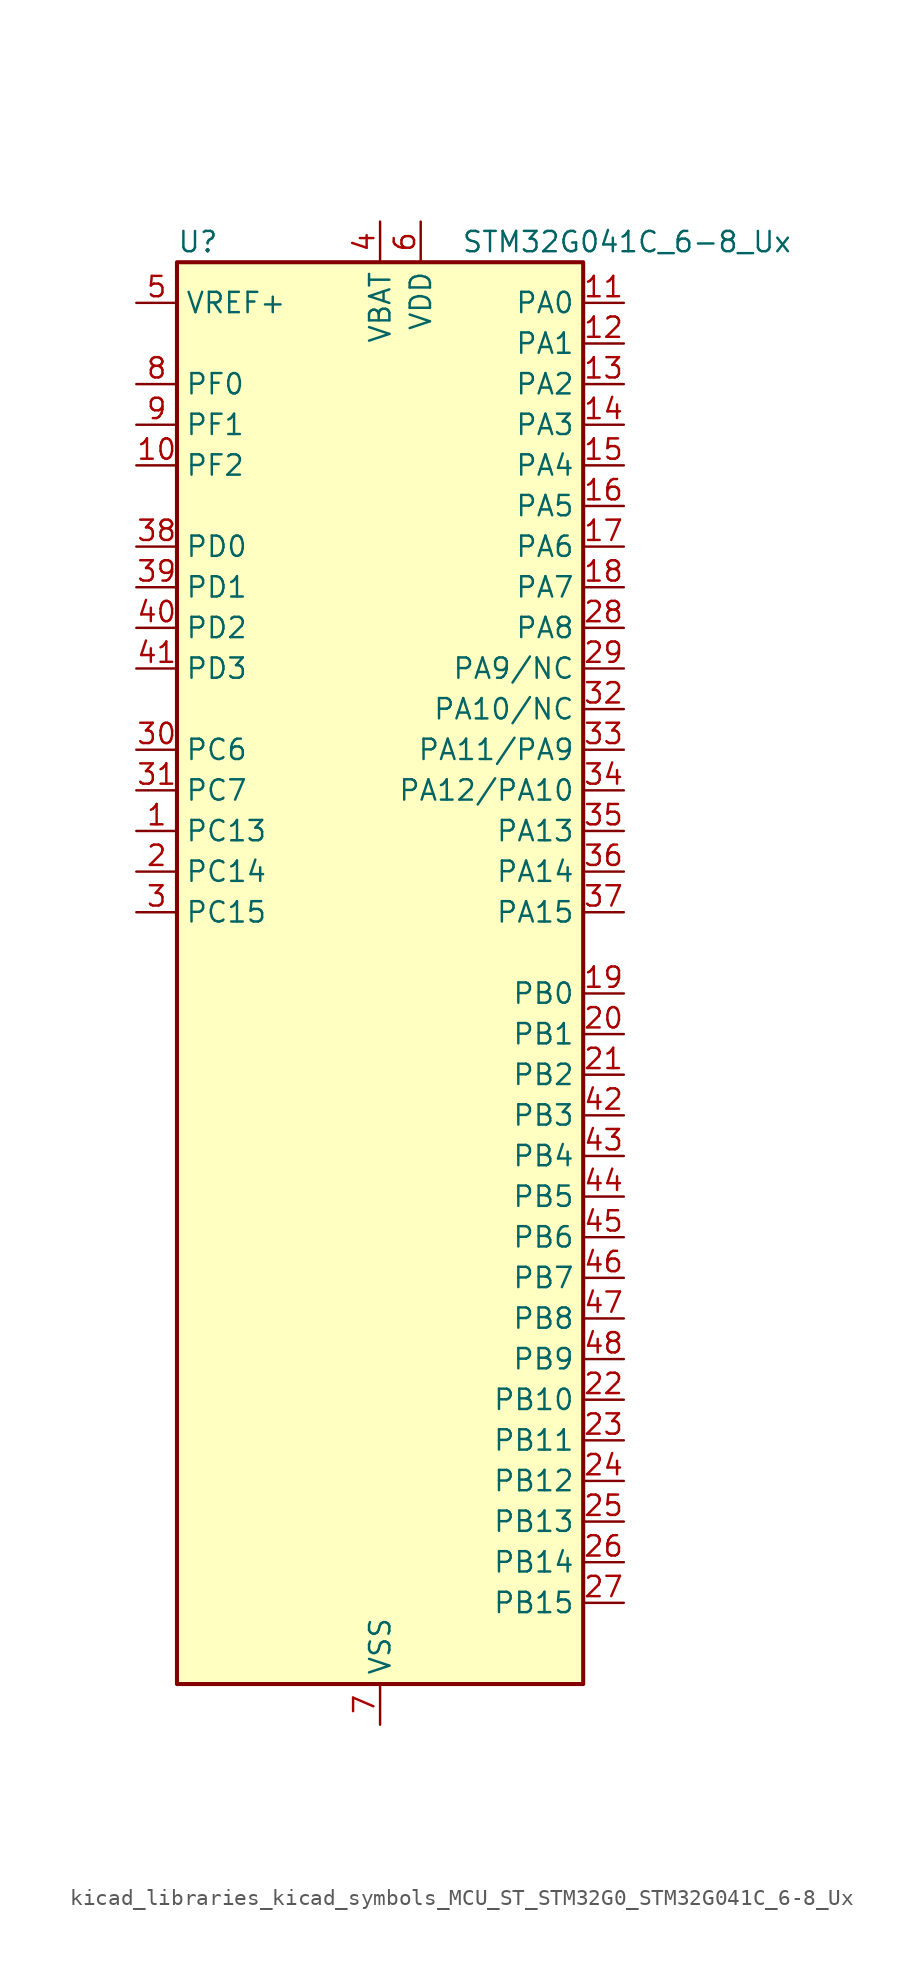
<source format=kicad_sym>
(kicad_symbol_lib
  (version 20220914)
  (generator kicad_symbol_editor)
  (symbol "kicad_libraries_kicad_symbols_MCU_ST_STM32G0_STM32G041C_6-8_Ux"
    (property "Reference" "U"
      (at -12.7 46.99 0)
      (effects (font (size 1.27 1.27)) (justify left)))
    (property "Value" "STM32G041C_6-8_Ux"
      (at 5.08 46.99 0)
      (effects (font (size 1.27 1.27)) (justify left)))
    (property "ki_locked" ""
      (at 0 0 0)
      (effects (font (size 1.27 1.27))))
    (symbol "kicad_libraries_kicad_symbols_MCU_ST_STM32G0_STM32G041C_6-8_Ux_0_1"
      (rectangle (start -12.7 -43.18) (end 12.7 45.72) (stroke (width 0.254) (type default)) (fill (type background))))
    (symbol "kicad_libraries_kicad_symbols_MCU_ST_STM32G0_STM32G041C_6-8_Ux_1_1"
      (pin bidirectional line (at -15.24 10.16 0) (length 2.54) (name "PC13" (effects (font (size 1.27 1.27)))) (number "1" (effects (font (size 1.27 1.27)))) (alternate "RTC_OUT_ALARM" bidirectional line) (alternate "RTC_OUT_CALIB" bidirectional line) (alternate "RTC_TAMP_IN1" bidirectional line) (alternate "RTC_TS" bidirectional line) (alternate "SYS_WKUP2" bidirectional line) (alternate "TIM1_BK" bidirectional line))
      (pin bidirectional line (at -15.24 33.02 0) (length 2.54) (name "PF2" (effects (font (size 1.27 1.27)))) (number "10" (effects (font (size 1.27 1.27)))) (alternate "RCC_MCO" bidirectional line))
      (pin bidirectional line (at 15.24 43.18 180) (length 2.54) (name "PA0" (effects (font (size 1.27 1.27)))) (number "11" (effects (font (size 1.27 1.27)))) (alternate "ADC1_IN0" bidirectional line) (alternate "LPTIM1_OUT" bidirectional line) (alternate "RTC_TAMP_IN2" bidirectional line) (alternate "SPI2_SCK" bidirectional line) (alternate "SYS_WKUP1" bidirectional line) (alternate "TIM2_CH1" bidirectional line) (alternate "TIM2_ETR" bidirectional line) (alternate "USART2_CTS" bidirectional line) (alternate "USART2_NSS" bidirectional line))
      (pin bidirectional line (at 15.24 40.64 180) (length 2.54) (name "PA1" (effects (font (size 1.27 1.27)))) (number "12" (effects (font (size 1.27 1.27)))) (alternate "ADC1_IN1" bidirectional line) (alternate "I2C1_SMBA" bidirectional line) (alternate "I2S1_CK" bidirectional line) (alternate "SPI1_SCK" bidirectional line) (alternate "TIM2_CH2" bidirectional line) (alternate "USART2_CK" bidirectional line) (alternate "USART2_DE" bidirectional line) (alternate "USART2_RTS" bidirectional line))
      (pin bidirectional line (at 15.24 38.1 180) (length 2.54) (name "PA2" (effects (font (size 1.27 1.27)))) (number "13" (effects (font (size 1.27 1.27)))) (alternate "ADC1_IN2" bidirectional line) (alternate "I2S1_SD" bidirectional line) (alternate "LPUART1_TX" bidirectional line) (alternate "RCC_LSCO" bidirectional line) (alternate "SPI1_MOSI" bidirectional line) (alternate "SYS_WKUP4" bidirectional line) (alternate "TIM2_CH3" bidirectional line) (alternate "USART2_TX" bidirectional line))
      (pin bidirectional line (at 15.24 35.56 180) (length 2.54) (name "PA3" (effects (font (size 1.27 1.27)))) (number "14" (effects (font (size 1.27 1.27)))) (alternate "ADC1_IN3" bidirectional line) (alternate "LPUART1_RX" bidirectional line) (alternate "SPI2_MISO" bidirectional line) (alternate "TIM2_CH4" bidirectional line) (alternate "USART2_RX" bidirectional line))
      (pin bidirectional line (at 15.24 33.02 180) (length 2.54) (name "PA4" (effects (font (size 1.27 1.27)))) (number "15" (effects (font (size 1.27 1.27)))) (alternate "ADC1_IN4" bidirectional line) (alternate "I2S1_WS" bidirectional line) (alternate "LPTIM2_OUT" bidirectional line) (alternate "RTC_OUT_ALARM" bidirectional line) (alternate "RTC_OUT_CALIB" bidirectional line) (alternate "SPI1_NSS" bidirectional line) (alternate "SPI2_MOSI" bidirectional line) (alternate "TIM14_CH1" bidirectional line))
      (pin bidirectional line (at 15.24 30.48 180) (length 2.54) (name "PA5" (effects (font (size 1.27 1.27)))) (number "16" (effects (font (size 1.27 1.27)))) (alternate "ADC1_IN5" bidirectional line) (alternate "I2S1_CK" bidirectional line) (alternate "LPTIM2_ETR" bidirectional line) (alternate "SPI1_SCK" bidirectional line) (alternate "TIM2_CH1" bidirectional line) (alternate "TIM2_ETR" bidirectional line))
      (pin bidirectional line (at 15.24 27.94 180) (length 2.54) (name "PA6" (effects (font (size 1.27 1.27)))) (number "17" (effects (font (size 1.27 1.27)))) (alternate "ADC1_IN6" bidirectional line) (alternate "I2S1_MCK" bidirectional line) (alternate "LPUART1_CTS" bidirectional line) (alternate "SPI1_MISO" bidirectional line) (alternate "TIM16_CH1" bidirectional line) (alternate "TIM1_BK" bidirectional line) (alternate "TIM3_CH1" bidirectional line))
      (pin bidirectional line (at 15.24 25.4 180) (length 2.54) (name "PA7" (effects (font (size 1.27 1.27)))) (number "18" (effects (font (size 1.27 1.27)))) (alternate "ADC1_IN7" bidirectional line) (alternate "I2S1_SD" bidirectional line) (alternate "SPI1_MOSI" bidirectional line) (alternate "TIM14_CH1" bidirectional line) (alternate "TIM17_CH1" bidirectional line) (alternate "TIM1_CH1N" bidirectional line) (alternate "TIM3_CH2" bidirectional line))
      (pin bidirectional line (at 15.24 0 180) (length 2.54) (name "PB0" (effects (font (size 1.27 1.27)))) (number "19" (effects (font (size 1.27 1.27)))) (alternate "ADC1_IN8" bidirectional line) (alternate "I2S1_WS" bidirectional line) (alternate "LPTIM1_OUT" bidirectional line) (alternate "SPI1_NSS" bidirectional line) (alternate "TIM1_CH2N" bidirectional line) (alternate "TIM3_CH3" bidirectional line))
      (pin bidirectional line (at -15.24 7.62 0) (length 2.54) (name "PC14" (effects (font (size 1.27 1.27)))) (number "2" (effects (font (size 1.27 1.27)))) (alternate "RCC_OSC32_IN" bidirectional line) (alternate "TIM1_BK2" bidirectional line))
      (pin bidirectional line (at 15.24 -2.54 180) (length 2.54) (name "PB1" (effects (font (size 1.27 1.27)))) (number "20" (effects (font (size 1.27 1.27)))) (alternate "ADC1_IN9" bidirectional line) (alternate "LPTIM2_IN1" bidirectional line) (alternate "LPUART1_DE" bidirectional line) (alternate "LPUART1_RTS" bidirectional line) (alternate "TIM14_CH1" bidirectional line) (alternate "TIM1_CH3N" bidirectional line) (alternate "TIM3_CH4" bidirectional line))
      (pin bidirectional line (at 15.24 -5.08 180) (length 2.54) (name "PB2" (effects (font (size 1.27 1.27)))) (number "21" (effects (font (size 1.27 1.27)))) (alternate "ADC1_IN10" bidirectional line) (alternate "LPTIM1_OUT" bidirectional line) (alternate "SPI2_MISO" bidirectional line))
      (pin bidirectional line (at 15.24 -25.4 180) (length 2.54) (name "PB10" (effects (font (size 1.27 1.27)))) (number "22" (effects (font (size 1.27 1.27)))) (alternate "ADC1_IN11" bidirectional line) (alternate "I2C2_SCL" bidirectional line) (alternate "LPUART1_RX" bidirectional line) (alternate "SPI2_SCK" bidirectional line) (alternate "TIM2_CH3" bidirectional line))
      (pin bidirectional line (at 15.24 -27.94 180) (length 2.54) (name "PB11" (effects (font (size 1.27 1.27)))) (number "23" (effects (font (size 1.27 1.27)))) (alternate "ADC1_EXTI11" bidirectional line) (alternate "ADC1_IN15" bidirectional line) (alternate "I2C2_SDA" bidirectional line) (alternate "LPUART1_TX" bidirectional line) (alternate "SPI2_MOSI" bidirectional line) (alternate "TIM2_CH4" bidirectional line))
      (pin bidirectional line (at 15.24 -30.48 180) (length 2.54) (name "PB12" (effects (font (size 1.27 1.27)))) (number "24" (effects (font (size 1.27 1.27)))) (alternate "ADC1_IN16" bidirectional line) (alternate "LPUART1_DE" bidirectional line) (alternate "LPUART1_RTS" bidirectional line) (alternate "SPI2_NSS" bidirectional line) (alternate "TIM1_BK" bidirectional line))
      (pin bidirectional line (at 15.24 -33.02 180) (length 2.54) (name "PB13" (effects (font (size 1.27 1.27)))) (number "25" (effects (font (size 1.27 1.27)))) (alternate "I2C2_SCL" bidirectional line) (alternate "LPUART1_CTS" bidirectional line) (alternate "SPI2_SCK" bidirectional line) (alternate "TIM1_CH1N" bidirectional line))
      (pin bidirectional line (at 15.24 -35.56 180) (length 2.54) (name "PB14" (effects (font (size 1.27 1.27)))) (number "26" (effects (font (size 1.27 1.27)))) (alternate "I2C2_SDA" bidirectional line) (alternate "SPI2_MISO" bidirectional line) (alternate "TIM1_CH2N" bidirectional line))
      (pin bidirectional line (at 15.24 -38.1 180) (length 2.54) (name "PB15" (effects (font (size 1.27 1.27)))) (number "27" (effects (font (size 1.27 1.27)))) (alternate "RTC_REFIN" bidirectional line) (alternate "SPI2_MOSI" bidirectional line) (alternate "TIM1_CH3N" bidirectional line))
      (pin bidirectional line (at 15.24 22.86 180) (length 2.54) (name "PA8" (effects (font (size 1.27 1.27)))) (number "28" (effects (font (size 1.27 1.27)))) (alternate "LPTIM2_OUT" bidirectional line) (alternate "RCC_MCO" bidirectional line) (alternate "SPI2_NSS" bidirectional line) (alternate "TIM1_CH1" bidirectional line))
      (pin bidirectional line (at 15.24 20.32 180) (length 2.54) (name "PA9/NC" (effects (font (size 1.27 1.27)))) (number "29" (effects (font (size 1.27 1.27)))) (alternate "I2C1_SCL" bidirectional line) (alternate "RCC_MCO" bidirectional line) (alternate "SPI2_MISO" bidirectional line) (alternate "TIM1_CH2" bidirectional line) (alternate "USART1_TX" bidirectional line))
      (pin bidirectional line (at -15.24 5.08 0) (length 2.54) (name "PC15" (effects (font (size 1.27 1.27)))) (number "3" (effects (font (size 1.27 1.27)))) (alternate "RCC_OSC32_EN" bidirectional line) (alternate "RCC_OSC32_OUT" bidirectional line) (alternate "RCC_OSC_EN" bidirectional line))
      (pin bidirectional line (at -15.24 15.24 0) (length 2.54) (name "PC6" (effects (font (size 1.27 1.27)))) (number "30" (effects (font (size 1.27 1.27)))) (alternate "TIM2_CH3" bidirectional line) (alternate "TIM3_CH1" bidirectional line))
      (pin bidirectional line (at -15.24 12.7 0) (length 2.54) (name "PC7" (effects (font (size 1.27 1.27)))) (number "31" (effects (font (size 1.27 1.27)))) (alternate "TIM2_CH4" bidirectional line) (alternate "TIM3_CH2" bidirectional line))
      (pin bidirectional line (at 15.24 17.78 180) (length 2.54) (name "PA10/NC" (effects (font (size 1.27 1.27)))) (number "32" (effects (font (size 1.27 1.27)))) (alternate "I2C1_SDA" bidirectional line) (alternate "SPI2_MOSI" bidirectional line) (alternate "TIM17_BK" bidirectional line) (alternate "TIM1_CH3" bidirectional line) (alternate "USART1_RX" bidirectional line))
      (pin bidirectional line (at 15.24 15.24 180) (length 2.54) (name "PA11/PA9" (effects (font (size 1.27 1.27)))) (number "33" (effects (font (size 1.27 1.27)))) (alternate "ADC1_EXTI11" bidirectional line) (alternate "I2C2_SCL" bidirectional line) (alternate "I2S1_MCK" bidirectional line) (alternate "SPI1_MISO" bidirectional line) (alternate "TIM1_BK2" bidirectional line) (alternate "TIM1_CH4" bidirectional line) (alternate "USART1_CTS" bidirectional line) (alternate "USART1_NSS" bidirectional line))
      (pin bidirectional line (at 15.24 12.7 180) (length 2.54) (name "PA12/PA10" (effects (font (size 1.27 1.27)))) (number "34" (effects (font (size 1.27 1.27)))) (alternate "I2C2_SDA" bidirectional line) (alternate "I2S1_SD" bidirectional line) (alternate "I2S_CKIN" bidirectional line) (alternate "SPI1_MOSI" bidirectional line) (alternate "TIM1_ETR" bidirectional line) (alternate "USART1_CK" bidirectional line) (alternate "USART1_DE" bidirectional line) (alternate "USART1_RTS" bidirectional line))
      (pin bidirectional line (at 15.24 10.16 180) (length 2.54) (name "PA13" (effects (font (size 1.27 1.27)))) (number "35" (effects (font (size 1.27 1.27)))) (alternate "ADC1_IN17" bidirectional line) (alternate "IR_OUT" bidirectional line) (alternate "SYS_SWDIO" bidirectional line))
      (pin bidirectional line (at 15.24 7.62 180) (length 2.54) (name "PA14" (effects (font (size 1.27 1.27)))) (number "36" (effects (font (size 1.27 1.27)))) (alternate "ADC1_IN18" bidirectional line) (alternate "SYS_SWCLK" bidirectional line) (alternate "USART2_TX" bidirectional line))
      (pin bidirectional line (at 15.24 5.08 180) (length 2.54) (name "PA15" (effects (font (size 1.27 1.27)))) (number "37" (effects (font (size 1.27 1.27)))) (alternate "I2S1_WS" bidirectional line) (alternate "SPI1_NSS" bidirectional line) (alternate "TIM2_CH1" bidirectional line) (alternate "TIM2_ETR" bidirectional line) (alternate "USART2_RX" bidirectional line))
      (pin bidirectional line (at -15.24 27.94 0) (length 2.54) (name "PD0" (effects (font (size 1.27 1.27)))) (number "38" (effects (font (size 1.27 1.27)))) (alternate "SPI2_NSS" bidirectional line) (alternate "TIM16_CH1" bidirectional line))
      (pin bidirectional line (at -15.24 25.4 0) (length 2.54) (name "PD1" (effects (font (size 1.27 1.27)))) (number "39" (effects (font (size 1.27 1.27)))) (alternate "SPI2_SCK" bidirectional line) (alternate "TIM17_CH1" bidirectional line))
      (pin power_in line (at 0 48.26 270) (length 2.54) (name "VBAT" (effects (font (size 1.27 1.27)))) (number "4" (effects (font (size 1.27 1.27)))))
      (pin bidirectional line (at -15.24 22.86 0) (length 2.54) (name "PD2" (effects (font (size 1.27 1.27)))) (number "40" (effects (font (size 1.27 1.27)))) (alternate "TIM1_CH1N" bidirectional line) (alternate "TIM3_ETR" bidirectional line))
      (pin bidirectional line (at -15.24 20.32 0) (length 2.54) (name "PD3" (effects (font (size 1.27 1.27)))) (number "41" (effects (font (size 1.27 1.27)))) (alternate "SPI2_MISO" bidirectional line) (alternate "TIM1_CH2N" bidirectional line) (alternate "USART2_CTS" bidirectional line) (alternate "USART2_NSS" bidirectional line))
      (pin bidirectional line (at 15.24 -7.62 180) (length 2.54) (name "PB3" (effects (font (size 1.27 1.27)))) (number "42" (effects (font (size 1.27 1.27)))) (alternate "I2S1_CK" bidirectional line) (alternate "SPI1_SCK" bidirectional line) (alternate "TIM1_CH2" bidirectional line) (alternate "TIM2_CH2" bidirectional line) (alternate "USART1_CK" bidirectional line) (alternate "USART1_DE" bidirectional line) (alternate "USART1_RTS" bidirectional line))
      (pin bidirectional line (at 15.24 -10.16 180) (length 2.54) (name "PB4" (effects (font (size 1.27 1.27)))) (number "43" (effects (font (size 1.27 1.27)))) (alternate "I2S1_MCK" bidirectional line) (alternate "SPI1_MISO" bidirectional line) (alternate "TIM17_BK" bidirectional line) (alternate "TIM3_CH1" bidirectional line) (alternate "USART1_CTS" bidirectional line) (alternate "USART1_NSS" bidirectional line))
      (pin bidirectional line (at 15.24 -12.7 180) (length 2.54) (name "PB5" (effects (font (size 1.27 1.27)))) (number "44" (effects (font (size 1.27 1.27)))) (alternate "I2C1_SMBA" bidirectional line) (alternate "I2S1_SD" bidirectional line) (alternate "LPTIM1_IN1" bidirectional line) (alternate "SPI1_MOSI" bidirectional line) (alternate "SYS_WKUP6" bidirectional line) (alternate "TIM16_BK" bidirectional line) (alternate "TIM3_CH2" bidirectional line))
      (pin bidirectional line (at 15.24 -15.24 180) (length 2.54) (name "PB6" (effects (font (size 1.27 1.27)))) (number "45" (effects (font (size 1.27 1.27)))) (alternate "I2C1_SCL" bidirectional line) (alternate "LPTIM1_ETR" bidirectional line) (alternate "SPI2_MISO" bidirectional line) (alternate "TIM16_CH1N" bidirectional line) (alternate "TIM1_CH3" bidirectional line) (alternate "USART1_TX" bidirectional line))
      (pin bidirectional line (at 15.24 -17.78 180) (length 2.54) (name "PB7" (effects (font (size 1.27 1.27)))) (number "46" (effects (font (size 1.27 1.27)))) (alternate "I2C1_SDA" bidirectional line) (alternate "LPTIM1_IN2" bidirectional line) (alternate "SPI2_MOSI" bidirectional line) (alternate "SYS_PVD_IN" bidirectional line) (alternate "TIM17_CH1N" bidirectional line) (alternate "USART1_RX" bidirectional line))
      (pin bidirectional line (at 15.24 -20.32 180) (length 2.54) (name "PB8" (effects (font (size 1.27 1.27)))) (number "47" (effects (font (size 1.27 1.27)))) (alternate "I2C1_SCL" bidirectional line) (alternate "SPI2_SCK" bidirectional line) (alternate "TIM16_CH1" bidirectional line))
      (pin bidirectional line (at 15.24 -22.86 180) (length 2.54) (name "PB9" (effects (font (size 1.27 1.27)))) (number "48" (effects (font (size 1.27 1.27)))) (alternate "I2C1_SDA" bidirectional line) (alternate "IR_OUT" bidirectional line) (alternate "SPI2_NSS" bidirectional line) (alternate "TIM17_CH1" bidirectional line))
      (pin passive line (at 0 -45.72 90) (length 2.54) hide (name "VSS" (effects (font (size 1.27 1.27)))) (number "49" (effects (font (size 1.27 1.27)))))
      (pin input line (at -15.24 43.18 0) (length 2.54) (name "VREF+" (effects (font (size 1.27 1.27)))) (number "5" (effects (font (size 1.27 1.27)))) (alternate "VREFBUF_OUT" bidirectional line))
      (pin power_in line (at 2.54 48.26 270) (length 2.54) (name "VDD" (effects (font (size 1.27 1.27)))) (number "6" (effects (font (size 1.27 1.27)))))
      (pin power_in line (at 0 -45.72 90) (length 2.54) (name "VSS" (effects (font (size 1.27 1.27)))) (number "7" (effects (font (size 1.27 1.27)))))
      (pin bidirectional line (at -15.24 38.1 0) (length 2.54) (name "PF0" (effects (font (size 1.27 1.27)))) (number "8" (effects (font (size 1.27 1.27)))) (alternate "RCC_OSC_IN" bidirectional line) (alternate "TIM14_CH1" bidirectional line))
      (pin bidirectional line (at -15.24 35.56 0) (length 2.54) (name "PF1" (effects (font (size 1.27 1.27)))) (number "9" (effects (font (size 1.27 1.27)))) (alternate "RCC_OSC_EN" bidirectional line) (alternate "RCC_OSC_OUT" bidirectional line)))))
</source>
